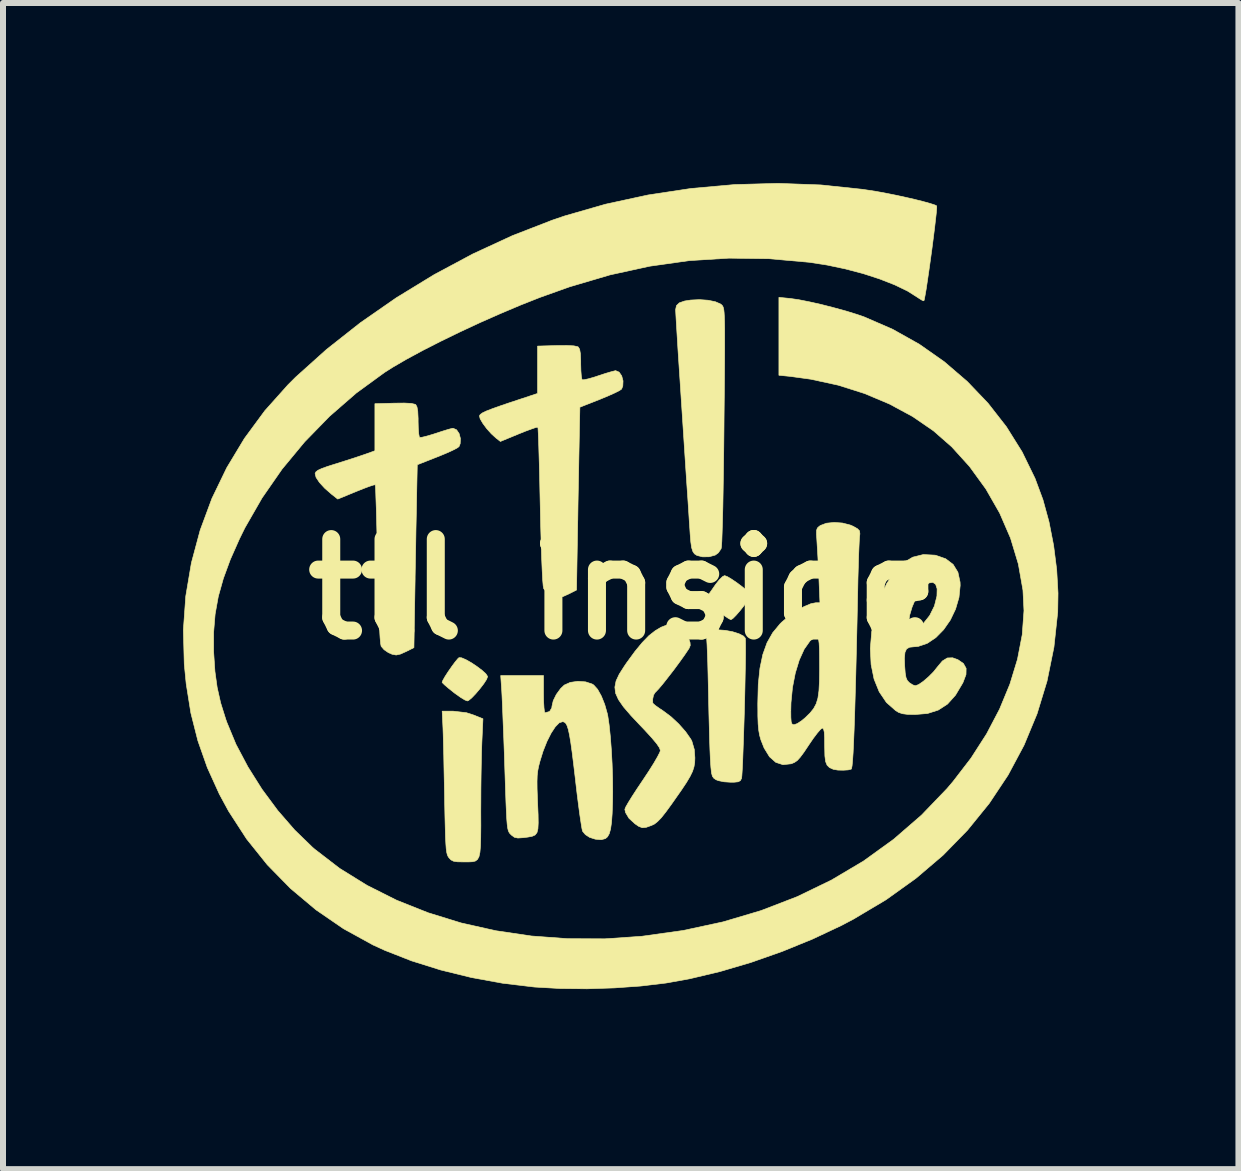
<source format=kicad_pcb>
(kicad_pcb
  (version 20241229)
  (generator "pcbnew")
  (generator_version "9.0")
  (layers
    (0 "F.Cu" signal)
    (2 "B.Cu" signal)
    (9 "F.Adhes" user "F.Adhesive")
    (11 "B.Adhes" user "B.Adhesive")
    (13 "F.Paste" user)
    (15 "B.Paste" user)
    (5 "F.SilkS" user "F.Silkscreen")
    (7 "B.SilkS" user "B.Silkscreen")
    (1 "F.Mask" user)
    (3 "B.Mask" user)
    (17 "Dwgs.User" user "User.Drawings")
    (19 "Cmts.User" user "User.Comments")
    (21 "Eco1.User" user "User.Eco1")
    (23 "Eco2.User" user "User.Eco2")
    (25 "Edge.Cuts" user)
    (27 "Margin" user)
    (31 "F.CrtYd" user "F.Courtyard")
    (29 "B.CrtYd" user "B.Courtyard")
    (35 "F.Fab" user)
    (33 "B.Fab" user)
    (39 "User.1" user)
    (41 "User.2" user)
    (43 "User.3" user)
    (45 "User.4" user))
  (footprint "ttl inside"
    (layer "F.Cu")
    (at 7.331 6.766)
    (property "Reference" "ttl inside" (at 0 0 0) (layer "F.SilkS") (effects (font (size 1.524 1.524) (thickness 0.3))))
    (attr through_hole)
    (fp_poly (pts (xy 1.737 -0.209) (xy 1.811 -0.165) (xy 1.899 -0.105) (xy 1.988 -0.038) (xy 2.064 0.025) (xy 2.113 0.074) (xy 2.123 0.091) (xy 2.112 0.128) (xy 2.072 0.193) (xy 2.014 0.275) (xy 1.947 0.36) (xy 1.882 0.435) (xy 1.828 0.489) (xy 1.796 0.508) (xy 1.761 0.491) (xy 1.694 0.447) (xy 1.606 0.383) (xy 1.56 0.347) (xy 1.464 0.27) (xy 1.407 0.219) (xy 1.381 0.184) (xy 1.381 0.156) (xy 1.397 0.128) (xy 1.435 0.074) (xy 1.492 -0.007) (xy 1.541 -0.078) (xy 1.603 -0.157) (xy 1.659 -0.211) (xy 1.692 -0.226) (xy 1.737 -0.209)) (stroke (width 0.01) (type solid)) (fill yes) (layer "F.SilkS"))
    (fp_poly (pts (xy -2.692 1.143) (xy -2.619 1.174) (xy -2.529 1.225) (xy -2.436 1.287) (xy -2.351 1.351) (xy -2.287 1.409) (xy -2.258 1.453) (xy -2.258 1.458) (xy -2.275 1.504) (xy -2.321 1.575) (xy -2.385 1.658) (xy -2.455 1.741) (xy -2.522 1.811) (xy -2.574 1.854) (xy -2.594 1.862) (xy -2.636 1.846) (xy -2.708 1.802) (xy -2.797 1.739) (xy -2.822 1.72) (xy -2.908 1.651) (xy -2.975 1.594) (xy -3.012 1.557) (xy -3.015 1.552) (xy -3.003 1.52) (xy -2.967 1.456) (xy -2.914 1.374) (xy -2.855 1.289) (xy -2.798 1.212) (xy -2.753 1.158) (xy -2.734 1.141) (xy -2.692 1.143)) (stroke (width 0.01) (type solid)) (fill yes) (layer "F.SilkS"))
    (fp_poly (pts (xy -2.61 2.058) (xy -2.495 2.095) (xy -2.335 2.159) (xy -2.353 2.554) (xy -2.358 2.696) (xy -2.362 2.88) (xy -2.366 3.094) (xy -2.369 3.325) (xy -2.37 3.558) (xy -2.371 3.702) (xy -2.37 3.942) (xy -2.372 4.132) (xy -2.376 4.277) (xy -2.385 4.383) (xy -2.401 4.457) (xy -2.427 4.504) (xy -2.463 4.53) (xy -2.513 4.541) (xy -2.578 4.544) (xy -2.653 4.544) (xy -2.759 4.542) (xy -2.825 4.532) (xy -2.868 4.51) (xy -2.902 4.474) (xy -2.917 4.451) (xy -2.929 4.423) (xy -2.939 4.382) (xy -2.947 4.323) (xy -2.953 4.24) (xy -2.959 4.126) (xy -2.963 3.975) (xy -2.968 3.783) (xy -2.973 3.542) (xy -2.974 3.451) (xy -2.979 3.212) (xy -2.984 2.981) (xy -2.988 2.766) (xy -2.993 2.576) (xy -2.997 2.42) (xy -3.001 2.307) (xy -3.003 2.265) (xy -3.014 2.032) (xy -2.834 2.032) (xy -2.61 2.058)) (stroke (width 0.01) (type solid)) (fill yes) (layer "F.SilkS"))
    (fp_poly (pts (xy 1.702 0.686) (xy 1.825 0.709) (xy 1.932 0.743) (xy 2.007 0.782) (xy 2.036 0.816) (xy 2.039 0.855) (xy 2.04 0.943) (xy 2.04 1.072) (xy 2.038 1.236) (xy 2.034 1.426) (xy 2.03 1.635) (xy 2.025 1.856) (xy 2.019 2.081) (xy 2.012 2.303) (xy 2.005 2.515) (xy 1.998 2.708) (xy 1.992 2.876) (xy 1.985 3.01) (xy 1.979 3.104) (xy 1.974 3.15) (xy 1.973 3.153) (xy 1.953 3.19) (xy 1.917 3.209) (xy 1.85 3.216) (xy 1.786 3.216) (xy 1.681 3.209) (xy 1.589 3.19) (xy 1.549 3.175) (xy 1.512 3.15) (xy 1.488 3.117) (xy 1.473 3.061) (xy 1.463 2.97) (xy 1.458 2.901) (xy 1.453 2.811) (xy 1.447 2.675) (xy 1.441 2.502) (xy 1.436 2.301) (xy 1.43 2.084) (xy 1.425 1.859) (xy 1.425 1.834) (xy 1.42 1.614) (xy 1.415 1.404) (xy 1.41 1.214) (xy 1.404 1.052) (xy 1.399 0.927) (xy 1.394 0.848) (xy 1.393 0.84) (xy 1.377 0.677) (xy 1.575 0.677) (xy 1.702 0.686)) (stroke (width 0.01) (type solid)) (fill yes) (layer "F.SilkS"))
    (fp_poly (pts (xy 1.415 -4.814) (xy 1.537 -4.789) (xy 1.624 -4.751) (xy 1.643 -4.736) (xy 1.654 -4.724) (xy 1.663 -4.709) (xy 1.671 -4.687) (xy 1.678 -4.655) (xy 1.683 -4.608) (xy 1.687 -4.542) (xy 1.69 -4.454) (xy 1.692 -4.338) (xy 1.692 -4.191) (xy 1.692 -4.01) (xy 1.691 -3.79) (xy 1.689 -3.526) (xy 1.686 -3.216) (xy 1.682 -2.855) (xy 1.681 -2.713) (xy 1.677 -2.324) (xy 1.672 -1.968) (xy 1.667 -1.65) (xy 1.662 -1.371) (xy 1.656 -1.135) (xy 1.65 -0.944) (xy 1.645 -0.802) (xy 1.639 -0.71) (xy 1.633 -0.674) (xy 1.587 -0.606) (xy 1.535 -0.568) (xy 1.433 -0.54) (xy 1.324 -0.539) (xy 1.231 -0.562) (xy 1.189 -0.589) (xy 1.162 -0.629) (xy 1.142 -0.691) (xy 1.128 -0.787) (xy 1.117 -0.921) (xy 1.112 -1) (xy 1.103 -1.13) (xy 1.092 -1.304) (xy 1.078 -1.516) (xy 1.061 -1.76) (xy 1.043 -2.031) (xy 1.024 -2.322) (xy 1.004 -2.628) (xy 0.987 -2.887) (xy 0.967 -3.192) (xy 0.948 -3.482) (xy 0.93 -3.753) (xy 0.914 -3.997) (xy 0.901 -4.211) (xy 0.89 -4.39) (xy 0.882 -4.527) (xy 0.877 -4.618) (xy 0.875 -4.657) (xy 0.889 -4.724) (xy 0.936 -4.77) (xy 1.025 -4.801) (xy 1.127 -4.817) (xy 1.273 -4.824) (xy 1.415 -4.814)) (stroke (width 0.01) (type solid)) (fill yes) (layer "F.SilkS"))
    (fp_poly (pts (xy 0.966 0.614) (xy 1.038 0.706) (xy 1.087 0.811) (xy 1.115 0.887) (xy 1.119 0.937) (xy 1.1 0.984) (xy 1.082 1.012) (xy 1.017 1.108) (xy 0.935 1.222) (xy 0.845 1.344) (xy 0.752 1.464) (xy 0.667 1.572) (xy 0.595 1.658) (xy 0.545 1.711) (xy 0.533 1.722) (xy 0.507 1.765) (xy 0.493 1.832) (xy 0.494 1.892) (xy 0.501 1.906) (xy 0.535 1.936) (xy 0.601 1.983) (xy 0.67 2.029) (xy 0.797 2.124) (xy 0.926 2.244) (xy 1.041 2.374) (xy 1.127 2.497) (xy 1.145 2.53) (xy 1.186 2.67) (xy 1.196 2.811) (xy 1.193 2.889) (xy 1.181 2.96) (xy 1.157 3.035) (xy 1.116 3.119) (xy 1.055 3.222) (xy 0.969 3.351) (xy 0.854 3.515) (xy 0.812 3.575) (xy 0.713 3.711) (xy 0.637 3.807) (xy 0.575 3.871) (xy 0.522 3.913) (xy 0.476 3.935) (xy 0.384 3.968) (xy 0.32 3.974) (xy 0.261 3.952) (xy 0.197 3.908) (xy 0.098 3.817) (xy 0.041 3.722) (xy 0.029 3.667) (xy 0.044 3.63) (xy 0.086 3.556) (xy 0.151 3.451) (xy 0.233 3.325) (xy 0.325 3.188) (xy 0.427 3.034) (xy 0.512 2.899) (xy 0.575 2.79) (xy 0.613 2.715) (xy 0.621 2.686) (xy 0.606 2.642) (xy 0.559 2.573) (xy 0.477 2.475) (xy 0.357 2.344) (xy 0.293 2.277) (xy 0.13 2.104) (xy 0.007 1.961) (xy -0.077 1.84) (xy -0.125 1.733) (xy -0.137 1.632) (xy -0.117 1.529) (xy -0.064 1.416) (xy 0.018 1.287) (xy 0.058 1.228) (xy 0.199 1.035) (xy 0.322 0.886) (xy 0.432 0.773) (xy 0.538 0.69) (xy 0.633 0.634) (xy 0.77 0.58) (xy 0.879 0.572) (xy 0.966 0.614)) (stroke (width 0.01) (type solid)) (fill yes) (layer "F.SilkS"))
    (fp_poly (pts (xy -0.82 -4.054) (xy -0.756 -4.04) (xy -0.746 -4.034) (xy -0.724 -3.997) (xy -0.711 -3.923) (xy -0.706 -3.805) (xy -0.706 -3.752) (xy -0.703 -3.639) (xy -0.696 -3.549) (xy -0.686 -3.496) (xy -0.681 -3.488) (xy -0.645 -3.49) (xy -0.569 -3.507) (xy -0.467 -3.537) (xy -0.408 -3.557) (xy -0.295 -3.594) (xy -0.2 -3.622) (xy -0.138 -3.638) (xy -0.124 -3.641) (xy -0.066 -3.616) (xy -0.023 -3.553) (xy -0.001 -3.47) (xy -0.005 -3.385) (xy -0.025 -3.334) (xy -0.059 -3.31) (xy -0.136 -3.271) (xy -0.243 -3.223) (xy -0.37 -3.17) (xy -0.384 -3.164) (xy -0.72 -3.032) (xy -0.728 -2.652) (xy -0.73 -2.537) (xy -0.733 -2.375) (xy -0.737 -2.174) (xy -0.741 -1.943) (xy -0.746 -1.691) (xy -0.751 -1.427) (xy -0.755 -1.16) (xy -0.756 -1.129) (xy -0.776 0.014) (xy -0.902 0.078) (xy -1 0.122) (xy -1.071 0.137) (xy -1.139 0.124) (xy -1.203 0.096) (xy -1.273 0.049) (xy -1.321 -0.007) (xy -1.322 -0.009) (xy -1.331 -0.054) (xy -1.34 -0.156) (xy -1.348 -0.311) (xy -1.357 -0.519) (xy -1.365 -0.779) (xy -1.374 -1.089) (xy -1.38 -1.378) (xy -1.386 -1.644) (xy -1.391 -1.893) (xy -1.397 -2.118) (xy -1.403 -2.315) (xy -1.408 -2.477) (xy -1.413 -2.599) (xy -1.417 -2.675) (xy -1.42 -2.699) (xy -1.45 -2.695) (xy -1.521 -2.671) (xy -1.622 -2.634) (xy -1.739 -2.587) (xy -2.044 -2.461) (xy -2.116 -2.517) (xy -2.195 -2.589) (xy -2.272 -2.675) (xy -2.337 -2.763) (xy -2.381 -2.838) (xy -2.393 -2.887) (xy -2.38 -2.91) (xy -2.345 -2.936) (xy -2.279 -2.968) (xy -2.178 -3.007) (xy -2.034 -3.058) (xy -1.905 -3.102) (xy -1.425 -3.261) (xy -1.425 -4.05) (xy -1.106 -4.059) (xy -0.936 -4.06) (xy -0.82 -4.054)) (stroke (width 0.01) (type solid)) (fill yes) (layer "F.SilkS"))
    (fp_poly (pts (xy 5.193 -0.567) (xy 5.207 -0.565) (xy 5.374 -0.507) (xy 5.498 -0.413) (xy 5.578 -0.283) (xy 5.614 -0.118) (xy 5.616 -0.062) (xy 5.596 0.137) (xy 5.539 0.332) (xy 5.452 0.514) (xy 5.34 0.675) (xy 5.21 0.807) (xy 5.068 0.902) (xy 4.918 0.953) (xy 4.851 0.959) (xy 4.773 0.967) (xy 4.723 0.995) (xy 4.696 1.053) (xy 4.687 1.15) (xy 4.691 1.275) (xy 4.7 1.394) (xy 4.713 1.471) (xy 4.734 1.52) (xy 4.766 1.555) (xy 4.768 1.557) (xy 4.827 1.595) (xy 4.869 1.609) (xy 4.924 1.589) (xy 5.001 1.536) (xy 5.087 1.462) (xy 5.171 1.378) (xy 5.235 1.298) (xy 5.32 1.196) (xy 5.402 1.146) (xy 5.49 1.143) (xy 5.577 1.174) (xy 5.67 1.238) (xy 5.715 1.319) (xy 5.713 1.422) (xy 5.664 1.552) (xy 5.657 1.566) (xy 5.538 1.766) (xy 5.405 1.914) (xy 5.251 2.014) (xy 5.072 2.071) (xy 4.865 2.088) (xy 4.741 2.086) (xy 4.656 2.075) (xy 4.592 2.054) (xy 4.542 2.024) (xy 4.387 1.887) (xy 4.267 1.709) (xy 4.181 1.497) (xy 4.132 1.255) (xy 4.119 0.988) (xy 4.143 0.702) (xy 4.174 0.553) (xy 4.756 0.553) (xy 4.76 0.644) (xy 4.76 0.645) (xy 4.775 0.69) (xy 4.797 0.701) (xy 4.845 0.682) (xy 4.877 0.666) (xy 5.001 0.573) (xy 5.108 0.439) (xy 5.187 0.28) (xy 5.229 0.114) (xy 5.232 -0.006) (xy 5.207 -0.082) (xy 5.16 -0.114) (xy 5.096 -0.103) (xy 5.022 -0.05) (xy 4.942 0.044) (xy 4.87 0.167) (xy 4.815 0.297) (xy 4.775 0.431) (xy 4.756 0.553) (xy 4.174 0.553) (xy 4.205 0.403) (xy 4.28 0.162) (xy 4.389 -0.088) (xy 4.517 -0.287) (xy 4.663 -0.436) (xy 4.825 -0.533) (xy 5.002 -0.577) (xy 5.193 -0.567)) (stroke (width 0.01) (type solid)) (fill yes) (layer "F.SilkS"))
    (fp_poly (pts (xy -3.529 -3.095) (xy -3.465 -3.08) (xy -3.455 -3.075) (xy -3.434 -3.037) (xy -3.421 -2.964) (xy -3.415 -2.845) (xy -3.415 -2.792) (xy -3.412 -2.679) (xy -3.405 -2.589) (xy -3.395 -2.536) (xy -3.39 -2.528) (xy -3.354 -2.53) (xy -3.279 -2.548) (xy -3.176 -2.578) (xy -3.117 -2.597) (xy -3.004 -2.634) (xy -2.91 -2.663) (xy -2.847 -2.679) (xy -2.833 -2.681) (xy -2.775 -2.656) (xy -2.732 -2.593) (xy -2.71 -2.51) (xy -2.714 -2.425) (xy -2.734 -2.375) (xy -2.769 -2.35) (xy -2.845 -2.311) (xy -2.952 -2.263) (xy -3.08 -2.21) (xy -3.094 -2.205) (xy -3.429 -2.073) (xy -3.437 -1.692) (xy -3.439 -1.578) (xy -3.442 -1.415) (xy -3.446 -1.214) (xy -3.451 -0.983) (xy -3.455 -0.731) (xy -3.46 -0.467) (xy -3.465 -0.2) (xy -3.465 -0.169) (xy -3.485 0.974) (xy -3.611 1.037) (xy -3.709 1.081) (xy -3.781 1.097) (xy -3.849 1.084) (xy -3.912 1.056) (xy -3.982 1.008) (xy -4.03 0.952) (xy -4.031 0.951) (xy -4.04 0.905) (xy -4.049 0.804) (xy -4.058 0.649) (xy -4.066 0.441) (xy -4.075 0.181) (xy -4.083 -0.129) (xy -4.089 -0.419) (xy -4.095 -0.685) (xy -4.101 -0.933) (xy -4.107 -1.159) (xy -4.112 -1.355) (xy -4.118 -1.517) (xy -4.122 -1.639) (xy -4.126 -1.715) (xy -4.129 -1.74) (xy -4.159 -1.735) (xy -4.23 -1.712) (xy -4.331 -1.674) (xy -4.448 -1.627) (xy -4.754 -1.501) (xy -4.858 -1.583) (xy -4.971 -1.682) (xy -5.059 -1.778) (xy -5.115 -1.862) (xy -5.131 -1.925) (xy -5.131 -1.927) (xy -5.118 -1.954) (xy -5.084 -1.981) (xy -5.019 -2.011) (xy -4.916 -2.048) (xy -4.784 -2.089) (xy -4.636 -2.136) (xy -4.492 -2.182) (xy -4.369 -2.223) (xy -4.29 -2.25) (xy -4.135 -2.306) (xy -4.135 -3.09) (xy -3.815 -3.099) (xy -3.645 -3.101) (xy -3.529 -3.095)) (stroke (width 0.01) (type solid)) (fill yes) (layer "F.SilkS"))
    (fp_poly (pts (xy -1.326 1.75) (xy -1.324 1.875) (xy -1.318 1.975) (xy -1.31 2.041) (xy -1.301 2.06) (xy -1.225 2.038) (xy -1.188 1.978) (xy -1.185 1.951) (xy -1.164 1.859) (xy -1.112 1.753) (xy -1.04 1.655) (xy -0.979 1.597) (xy -0.88 1.553) (xy -0.754 1.535) (xy -0.625 1.544) (xy -0.516 1.58) (xy -0.489 1.597) (xy -0.425 1.668) (xy -0.362 1.781) (xy -0.306 1.921) (xy -0.263 2.073) (xy -0.255 2.11) (xy -0.233 2.259) (xy -0.213 2.451) (xy -0.196 2.672) (xy -0.183 2.909) (xy -0.175 3.148) (xy -0.173 3.376) (xy -0.175 3.538) (xy -0.182 3.737) (xy -0.193 3.888) (xy -0.209 3.998) (xy -0.231 4.075) (xy -0.26 4.126) (xy -0.294 4.155) (xy -0.364 4.174) (xy -0.463 4.165) (xy -0.557 4.135) (xy -0.628 4.089) (xy -0.674 4.034) (xy -0.676 4.03) (xy -0.686 3.986) (xy -0.701 3.893) (xy -0.721 3.76) (xy -0.743 3.595) (xy -0.767 3.406) (xy -0.791 3.201) (xy -0.792 3.189) (xy -0.823 2.928) (xy -0.849 2.718) (xy -0.872 2.553) (xy -0.893 2.428) (xy -0.913 2.337) (xy -0.933 2.275) (xy -0.954 2.236) (xy -0.979 2.215) (xy -1.006 2.207) (xy -1.064 2.226) (xy -1.129 2.292) (xy -1.199 2.398) (xy -1.269 2.537) (xy -1.334 2.701) (xy -1.385 2.866) (xy -1.407 2.95) (xy -1.422 3.027) (xy -1.431 3.107) (xy -1.434 3.203) (xy -1.433 3.327) (xy -1.427 3.49) (xy -1.424 3.57) (xy -1.416 3.756) (xy -1.414 3.894) (xy -1.419 3.992) (xy -1.435 4.056) (xy -1.466 4.095) (xy -1.515 4.117) (xy -1.585 4.13) (xy -1.664 4.14) (xy -1.753 4.146) (xy -1.81 4.134) (xy -1.859 4.098) (xy -1.869 4.088) (xy -1.887 4.07) (xy -1.901 4.049) (xy -1.913 4.021) (xy -1.923 3.979) (xy -1.931 3.918) (xy -1.938 3.832) (xy -1.944 3.716) (xy -1.951 3.563) (xy -1.958 3.368) (xy -1.966 3.126) (xy -1.971 2.977) (xy -1.979 2.728) (xy -1.988 2.486) (xy -1.997 2.26) (xy -2.005 2.058) (xy -2.012 1.888) (xy -2.018 1.759) (xy -2.022 1.686) (xy -2.039 1.439) (xy -1.326 1.439) (xy -1.326 1.75)) (stroke (width 0.01) (type solid)) (fill yes) (layer "F.SilkS"))
    (fp_poly (pts (xy 3.656 -1.102) (xy 3.787 -1.068) (xy 3.833 -1.048) (xy 3.905 -1.007) (xy 3.939 -0.972) (xy 3.945 -0.923) (xy 3.939 -0.866) (xy 3.935 -0.807) (xy 3.93 -0.7) (xy 3.924 -0.554) (xy 3.919 -0.378) (xy 3.913 -0.18) (xy 3.909 0.028) (xy 3.898 0.546) (xy 3.887 1.008) (xy 3.877 1.418) (xy 3.867 1.776) (xy 3.858 2.084) (xy 3.849 2.345) (xy 3.84 2.559) (xy 3.832 2.729) (xy 3.823 2.856) (xy 3.815 2.942) (xy 3.806 2.988) (xy 3.801 2.998) (xy 3.75 3.011) (xy 3.667 3.016) (xy 3.578 3.014) (xy 3.508 3.002) (xy 3.5 3) (xy 3.439 2.972) (xy 3.399 2.933) (xy 3.374 2.872) (xy 3.362 2.779) (xy 3.359 2.643) (xy 3.358 2.606) (xy 3.357 2.471) (xy 3.352 2.383) (xy 3.341 2.334) (xy 3.325 2.315) (xy 3.318 2.314) (xy 3.288 2.337) (xy 3.235 2.398) (xy 3.167 2.488) (xy 3.094 2.595) (xy 3.012 2.718) (xy 2.95 2.801) (xy 2.901 2.855) (xy 2.854 2.887) (xy 2.803 2.908) (xy 2.799 2.909) (xy 2.664 2.924) (xy 2.544 2.885) (xy 2.439 2.792) (xy 2.349 2.645) (xy 2.296 2.511) (xy 2.275 2.437) (xy 2.26 2.353) (xy 2.25 2.248) (xy 2.245 2.111) (xy 2.245 2.022) (xy 2.794 2.022) (xy 2.795 2.137) (xy 2.8 2.207) (xy 2.812 2.243) (xy 2.832 2.256) (xy 2.851 2.258) (xy 2.902 2.239) (xy 2.974 2.192) (xy 3.033 2.143) (xy 3.114 2.064) (xy 3.174 1.99) (xy 3.217 1.91) (xy 3.246 1.815) (xy 3.263 1.694) (xy 3.271 1.539) (xy 3.274 1.339) (xy 3.274 1.303) (xy 3.273 1.122) (xy 3.271 0.991) (xy 3.266 0.9) (xy 3.258 0.844) (xy 3.246 0.813) (xy 3.231 0.8) (xy 3.181 0.809) (xy 3.118 0.859) (xy 3.113 0.864) (xy 3.017 1) (xy 2.935 1.181) (xy 2.869 1.397) (xy 2.822 1.638) (xy 2.797 1.893) (xy 2.794 2.022) (xy 2.245 2.022) (xy 2.244 1.93) (xy 2.244 1.905) (xy 2.252 1.588) (xy 2.28 1.317) (xy 2.328 1.088) (xy 2.398 0.893) (xy 2.493 0.725) (xy 2.614 0.579) (xy 2.643 0.55) (xy 2.758 0.452) (xy 2.887 0.363) (xy 3.015 0.29) (xy 3.129 0.242) (xy 3.211 0.226) (xy 3.28 0.226) (xy 3.262 -0.191) (xy 3.254 -0.359) (xy 3.246 -0.527) (xy 3.237 -0.676) (xy 3.23 -0.791) (xy 3.229 -0.809) (xy 3.222 -0.915) (xy 3.223 -0.98) (xy 3.237 -1.019) (xy 3.267 -1.047) (xy 3.289 -1.062) (xy 3.387 -1.099) (xy 3.516 -1.112) (xy 3.656 -1.102)) (stroke (width 0.01) (type solid)) (fill yes) (layer "F.SilkS"))
    (fp_poly (pts (xy 3.294 -6.735) (xy 3.988 -6.662) (xy 4.205 -6.629) (xy 4.359 -6.601) (xy 4.525 -6.568) (xy 4.693 -6.532) (xy 4.854 -6.495) (xy 4.998 -6.459) (xy 5.114 -6.427) (xy 5.194 -6.401) (xy 5.224 -6.386) (xy 5.225 -6.355) (xy 5.219 -6.276) (xy 5.206 -6.16) (xy 5.189 -6.013) (xy 5.168 -5.846) (xy 5.145 -5.667) (xy 5.12 -5.484) (xy 5.095 -5.307) (xy 5.071 -5.143) (xy 5.05 -5.002) (xy 5.031 -4.893) (xy 5.018 -4.824) (xy 5.011 -4.804) (xy 4.984 -4.812) (xy 4.929 -4.846) (xy 4.905 -4.862) (xy 4.739 -4.967) (xy 4.526 -5.07) (xy 4.276 -5.168) (xy 3.999 -5.258) (xy 3.703 -5.336) (xy 3.4 -5.4) (xy 3.104 -5.446) (xy 2.428 -5.506) (xy 1.763 -5.515) (xy 1.103 -5.474) (xy 0.444 -5.381) (xy -0.219 -5.236) (xy -0.89 -5.038) (xy -1.383 -4.862) (xy -1.707 -4.734) (xy -2.043 -4.592) (xy -2.383 -4.442) (xy -2.718 -4.286) (xy -3.039 -4.13) (xy -3.339 -3.977) (xy -3.609 -3.831) (xy -3.839 -3.697) (xy -3.973 -3.612) (xy -4.445 -3.268) (xy -4.891 -2.88) (xy -5.305 -2.455) (xy -5.682 -2) (xy -6.015 -1.52) (xy -6.301 -1.022) (xy -6.391 -0.839) (xy -6.544 -0.494) (xy -6.66 -0.178) (xy -6.744 0.121) (xy -6.797 0.416) (xy -6.822 0.718) (xy -6.822 1.039) (xy -6.82 1.072) (xy -6.8 1.371) (xy -6.763 1.637) (xy -6.705 1.895) (xy -6.62 2.166) (xy -6.603 2.215) (xy -6.45 2.584) (xy -6.251 2.96) (xy -6.017 3.332) (xy -5.754 3.687) (xy -5.471 4.013) (xy -5.177 4.298) (xy -5.138 4.332) (xy -4.722 4.652) (xy -4.265 4.935) (xy -3.773 5.182) (xy -3.248 5.391) (xy -2.697 5.561) (xy -2.122 5.69) (xy -1.529 5.778) (xy -0.92 5.823) (xy -0.302 5.825) (xy 0.31 5.783) (xy 1.002 5.686) (xy 1.665 5.543) (xy 2.298 5.355) (xy 2.9 5.123) (xy 3.47 4.847) (xy 4.006 4.529) (xy 4.507 4.167) (xy 4.971 3.765) (xy 5.398 3.321) (xy 5.498 3.203) (xy 5.797 2.814) (xy 6.056 2.411) (xy 6.272 1.999) (xy 6.444 1.583) (xy 6.571 1.167) (xy 6.65 0.758) (xy 6.679 0.359) (xy 6.662 0.016) (xy 6.585 -0.42) (xy 6.455 -0.85) (xy 6.274 -1.268) (xy 6.045 -1.668) (xy 5.772 -2.044) (xy 5.475 -2.372) (xy 5.171 -2.638) (xy 4.823 -2.877) (xy 4.438 -3.085) (xy 4.022 -3.26) (xy 3.583 -3.399) (xy 3.128 -3.498) (xy 2.787 -3.545) (xy 2.596 -3.564) (xy 2.596 -4.862) (xy 2.787 -4.843) (xy 2.925 -4.823) (xy 3.102 -4.788) (xy 3.303 -4.743) (xy 3.513 -4.689) (xy 3.718 -4.633) (xy 3.902 -4.576) (xy 4.022 -4.534) (xy 4.491 -4.33) (xy 4.935 -4.081) (xy 5.35 -3.79) (xy 5.733 -3.461) (xy 6.08 -3.098) (xy 6.386 -2.706) (xy 6.648 -2.287) (xy 6.863 -1.846) (xy 6.995 -1.49) (xy 7.096 -1.121) (xy 7.173 -0.726) (xy 7.224 -0.324) (xy 7.246 0.066) (xy 7.241 0.381) (xy 7.178 0.966) (xy 7.063 1.532) (xy 6.897 2.076) (xy 6.68 2.599) (xy 6.414 3.097) (xy 6.1 3.569) (xy 5.738 4.015) (xy 5.331 4.432) (xy 4.878 4.818) (xy 4.381 5.174) (xy 3.84 5.496) (xy 3.641 5.601) (xy 3.159 5.828) (xy 2.652 6.035) (xy 2.132 6.218) (xy 1.613 6.371) (xy 1.108 6.491) (xy 0.714 6.562) (xy 0.301 6.611) (xy -0.144 6.643) (xy -0.601 6.658) (xy -1.049 6.653) (xy -1.466 6.629) (xy -1.482 6.628) (xy -2.007 6.565) (xy -2.531 6.469) (xy -3.04 6.344) (xy -3.525 6.192) (xy -3.973 6.016) (xy -4.167 5.927) (xy -4.658 5.657) (xy -5.117 5.342) (xy -5.541 4.986) (xy -5.927 4.592) (xy -6.272 4.162) (xy -6.572 3.699) (xy -6.726 3.415) (xy -6.927 2.972) (xy -7.084 2.526) (xy -7.201 2.064) (xy -7.279 1.576) (xy -7.311 1.248) (xy -7.326 0.681) (xy -7.286 0.117) (xy -7.192 -0.439) (xy -7.046 -0.983) (xy -6.85 -1.512) (xy -6.603 -2.023) (xy -6.309 -2.511) (xy -5.969 -2.973) (xy -5.583 -3.405) (xy -5.458 -3.53) (xy -4.94 -3.995) (xy -4.377 -4.439) (xy -3.778 -4.855) (xy -3.15 -5.239) (xy -2.502 -5.586) (xy -1.844 -5.89) (xy -1.182 -6.147) (xy -0.974 -6.218) (xy -0.292 -6.414) (xy 0.413 -6.567) (xy 1.132 -6.676) (xy 1.858 -6.741) (xy 2.582 -6.761) (xy 3.294 -6.735)) (stroke (width 0.01) (type solid)) (fill yes) (layer "F.SilkS")))
  (gr_rect
    (start -3 -3)
    (end 17.583 16.428)
    (stroke (width 0.1) (type default))
    (fill no)
    (layer "Edge.Cuts")))
</source>
